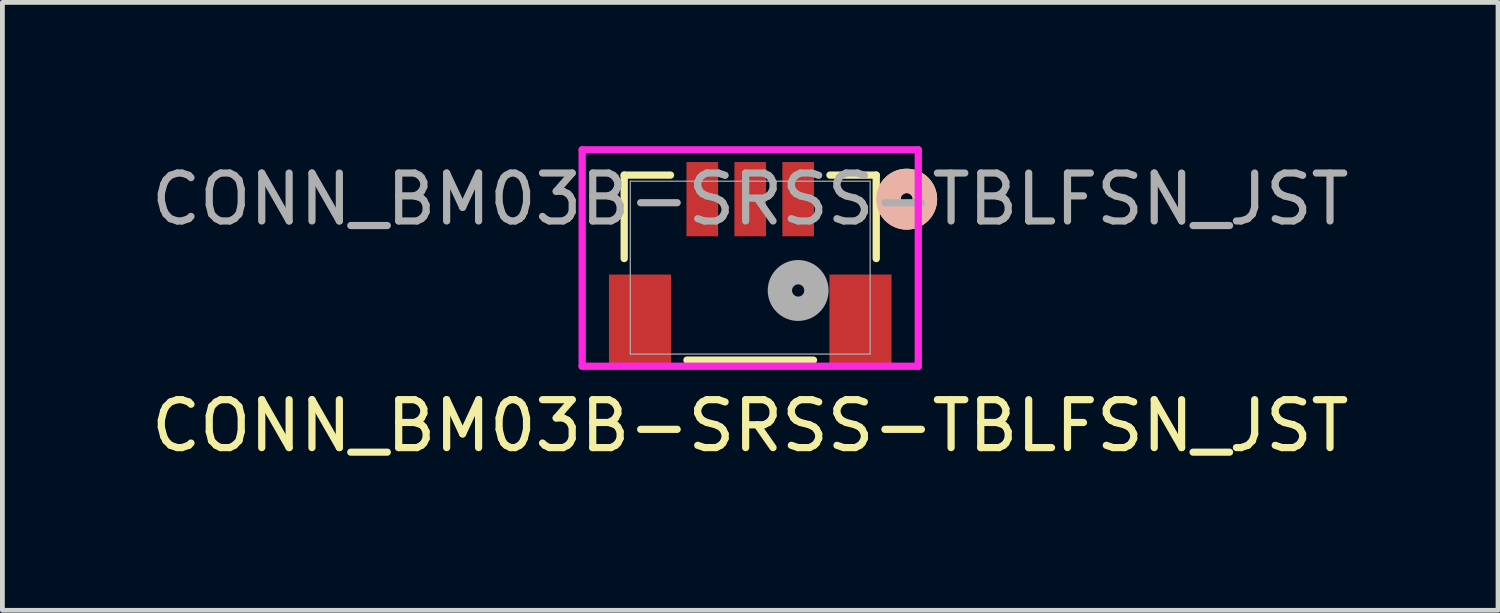
<source format=kicad_pcb>
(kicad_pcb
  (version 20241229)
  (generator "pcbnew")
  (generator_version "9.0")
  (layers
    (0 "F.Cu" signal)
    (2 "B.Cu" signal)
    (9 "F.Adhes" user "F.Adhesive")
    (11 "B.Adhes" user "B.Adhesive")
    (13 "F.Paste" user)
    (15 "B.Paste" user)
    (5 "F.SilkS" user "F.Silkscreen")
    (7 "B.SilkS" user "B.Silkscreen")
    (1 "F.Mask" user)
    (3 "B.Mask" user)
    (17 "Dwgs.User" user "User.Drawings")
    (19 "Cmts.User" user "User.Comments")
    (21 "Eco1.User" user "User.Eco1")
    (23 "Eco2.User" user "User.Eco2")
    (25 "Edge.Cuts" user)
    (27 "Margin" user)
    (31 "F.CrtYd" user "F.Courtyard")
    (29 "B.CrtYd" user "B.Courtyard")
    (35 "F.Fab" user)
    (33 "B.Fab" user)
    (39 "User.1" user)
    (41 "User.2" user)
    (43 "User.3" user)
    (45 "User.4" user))
  (footprint "CONN_BM03B-SRSS-TBLFSN_JST"
    (layer "F.Cu")
    (at 12.601 2.533)
    (property "Reference" "CONN_BM03B-SRSS-TBLFSN_JST" (at 0 3.3 0) (unlocked yes) (layer "F.SilkS") (effects (font (size 1 1) (thickness 0.15))))
    (attr smd)
    (fp_line (start -2.629 -1.93) (end -2.629 -0.189) (stroke (width 0.152) (type solid)) (layer "F.SilkS"))
    (fp_line (start -1.663 -1.93) (end -2.629 -1.93) (stroke (width 0.152) (type solid)) (layer "F.SilkS"))
    (fp_line (start -1.32 1.93) (end 1.32 1.93) (stroke (width 0.152) (type solid)) (layer "F.SilkS"))
    (fp_line (start 2.629 -1.93) (end 1.663 -1.93) (stroke (width 0.152) (type solid)) (layer "F.SilkS"))
    (fp_line (start 2.629 -0.189) (end 2.629 -1.93) (stroke (width 0.152) (type solid)) (layer "F.SilkS"))
    (fp_circle (center 3.264 -1.428) (end 3.645 -1.428) (stroke (width 0.508) (type solid)) (fill no) (layer "F.SilkS"))
    (fp_circle (center 3.264 -1.428) (end 3.645 -1.428) (stroke (width 0.508) (type solid)) (fill no) (layer "B.SilkS"))
    (fp_line (start -3.506 -2.457) (end -3.506 2.057) (stroke (width 0.152) (type solid)) (layer "F.CrtYd"))
    (fp_line (start -3.506 2.057) (end 3.506 2.057) (stroke (width 0.152) (type solid)) (layer "F.CrtYd"))
    (fp_line (start 3.506 -2.457) (end -3.506 -2.457) (stroke (width 0.152) (type solid)) (layer "F.CrtYd"))
    (fp_line (start 3.506 2.057) (end 3.506 -2.457) (stroke (width 0.152) (type solid)) (layer "F.CrtYd"))
    (fp_line (start -2.502 -1.803) (end -2.502 1.803) (stroke (width 0.025) (type solid)) (layer "F.Fab"))
    (fp_line (start -2.502 1.803) (end 2.502 1.803) (stroke (width 0.025) (type solid)) (layer "F.Fab"))
    (fp_line (start 2.502 -1.803) (end -2.502 -1.803) (stroke (width 0.025) (type solid)) (layer "F.Fab"))
    (fp_line (start 2.502 1.803) (end 2.502 -1.803) (stroke (width 0.025) (type solid)) (layer "F.Fab"))
    (fp_circle (center 1 0.477) (end 1.381 0.477) (stroke (width 0.508) (type solid)) (fill no) (layer "F.Fab"))
    (fp_text user "${REFERENCE}" (at 0 -1.428 0) (unlocked yes) (layer "F.Fab") (effects (font (size 1 1) (thickness 0.15))))
    (pad "1" smd rect (at 1 -1.428) (size 0.66 1.549) (layers "F.Cu" "F.Mask" "F.Paste"))
    (pad "2" smd rect (at 0 -1.428) (size 0.66 1.549) (layers "F.Cu" "F.Mask" "F.Paste"))
    (pad "3" smd rect (at -1 -1.428) (size 0.66 1.549) (layers "F.Cu" "F.Mask" "F.Paste"))
    (pad "4" smd rect (at -2.3 1.097 90) (size 1.905 1.295) (layers "F.Cu" "F.Mask" "F.Paste"))
    (pad "5" smd rect (at 2.3 1.097 90) (size 1.905 1.295) (layers "F.Cu" "F.Mask" "F.Paste")))
  (gr_rect
    (start -3 -3)
    (end 28.202 9.682)
    (stroke (width 0.1) (type default))
    (fill no)
    (layer "Edge.Cuts")))
</source>
